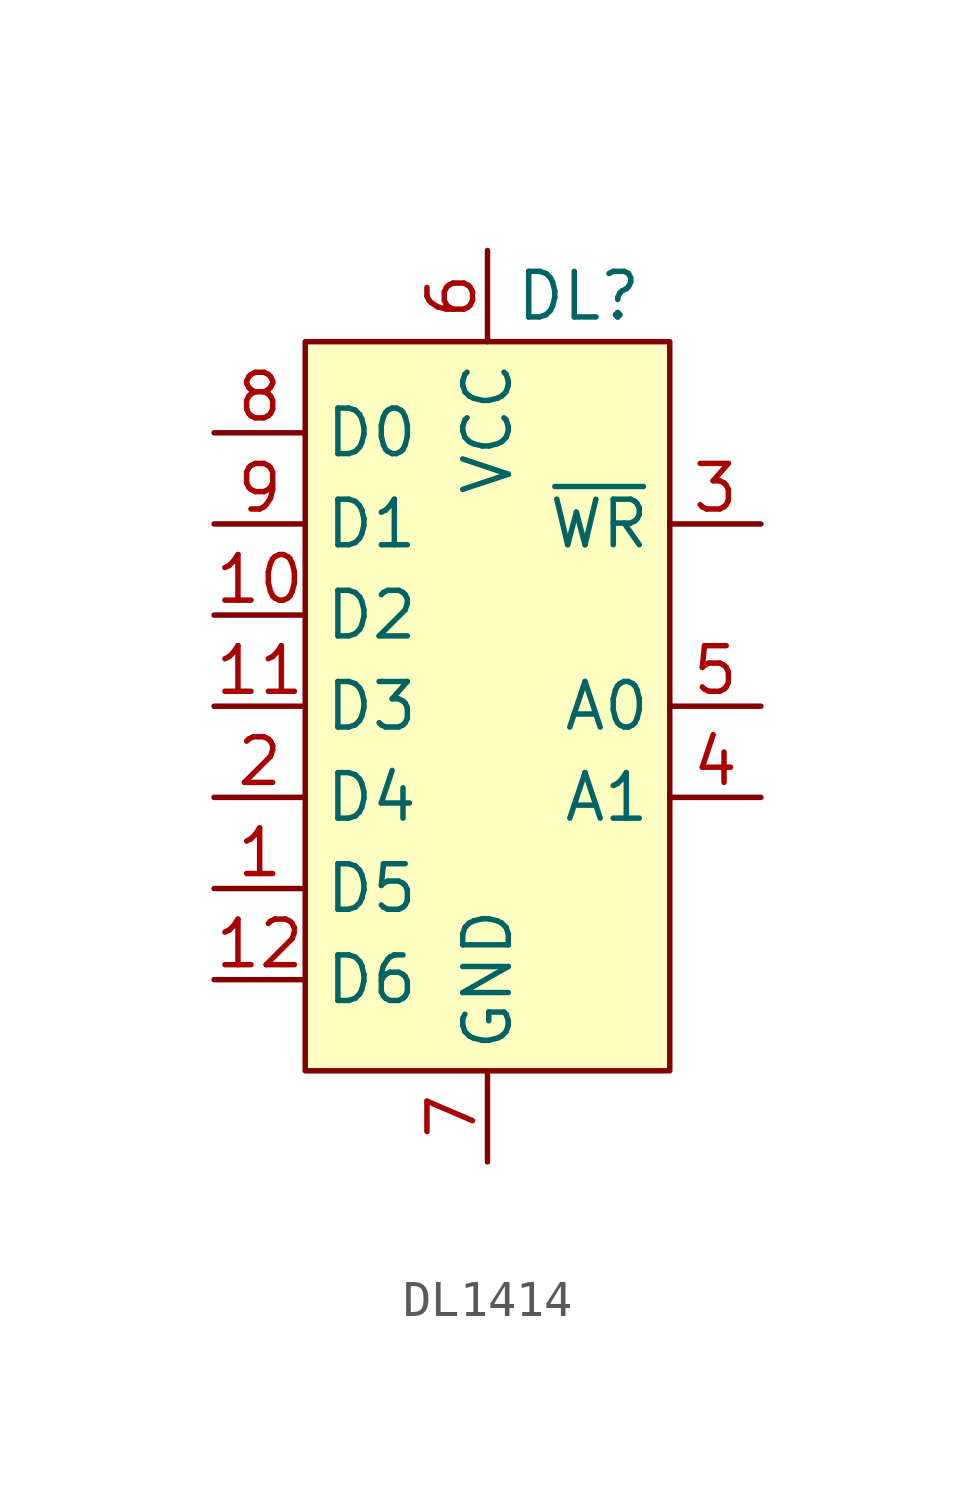
<source format=kicad_sym>
(kicad_symbol_lib
  (version 20241209)
  (generator "kicad_symbol_editor")
  (generator_version "9.0")
  (symbol "DL1414"
    (property "Reference" "DL"
      (at 2.54 11.43 0)
      (effects (font (size 1.27 1.27))))
    (property "Value" ""
      (at 0 0 0)
      (effects (font (size 1.27 1.27))))
    (symbol "DL1414_1_1"
      (rectangle (start -5.08 10.16) (end 5.08 -10.16) (stroke (width 0) (type solid)) (fill (type background)))
      (pin input line (at -7.62 7.62 0) (length 2.54) (name "D0" (effects (font (size 1.27 1.27)))) (number "8" (effects (font (size 1.27 1.27)))))
      (pin input line (at -7.62 5.08 0) (length 2.54) (name "D1" (effects (font (size 1.27 1.27)))) (number "9" (effects (font (size 1.27 1.27)))))
      (pin input line (at -7.62 2.54 0) (length 2.54) (name "D2" (effects (font (size 1.27 1.27)))) (number "10" (effects (font (size 1.27 1.27)))))
      (pin input line (at -7.62 0 0) (length 2.54) (name "D3" (effects (font (size 1.27 1.27)))) (number "11" (effects (font (size 1.27 1.27)))))
      (pin input line (at -7.62 -2.54 0) (length 2.54) (name "D4" (effects (font (size 1.27 1.27)))) (number "2" (effects (font (size 1.27 1.27)))))
      (pin input line (at -7.62 -5.08 0) (length 2.54) (name "D5" (effects (font (size 1.27 1.27)))) (number "1" (effects (font (size 1.27 1.27)))))
      (pin input line (at -7.62 -7.62 0) (length 2.54) (name "D6" (effects (font (size 1.27 1.27)))) (number "12" (effects (font (size 1.27 1.27)))))
      (pin power_in line (at 0 12.7 270) (length 2.54) (name "VCC" (effects (font (size 1.27 1.27)))) (number "6" (effects (font (size 1.27 1.27)))))
      (pin power_in line (at 0 -12.7 90) (length 2.54) (name "GND" (effects (font (size 1.27 1.27)))) (number "7" (effects (font (size 1.27 1.27)))))
      (pin input line (at 7.62 5.08 180) (length 2.54) (name "~{WR}" (effects (font (size 1.27 1.27)))) (number "3" (effects (font (size 1.27 1.27)))))
      (pin input line (at 7.62 0 180) (length 2.54) (name "A0" (effects (font (size 1.27 1.27)))) (number "5" (effects (font (size 1.27 1.27)))))
      (pin input line (at 7.62 -2.54 180) (length 2.54) (name "A1" (effects (font (size 1.27 1.27)))) (number "4" (effects (font (size 1.27 1.27))))))))
</source>
